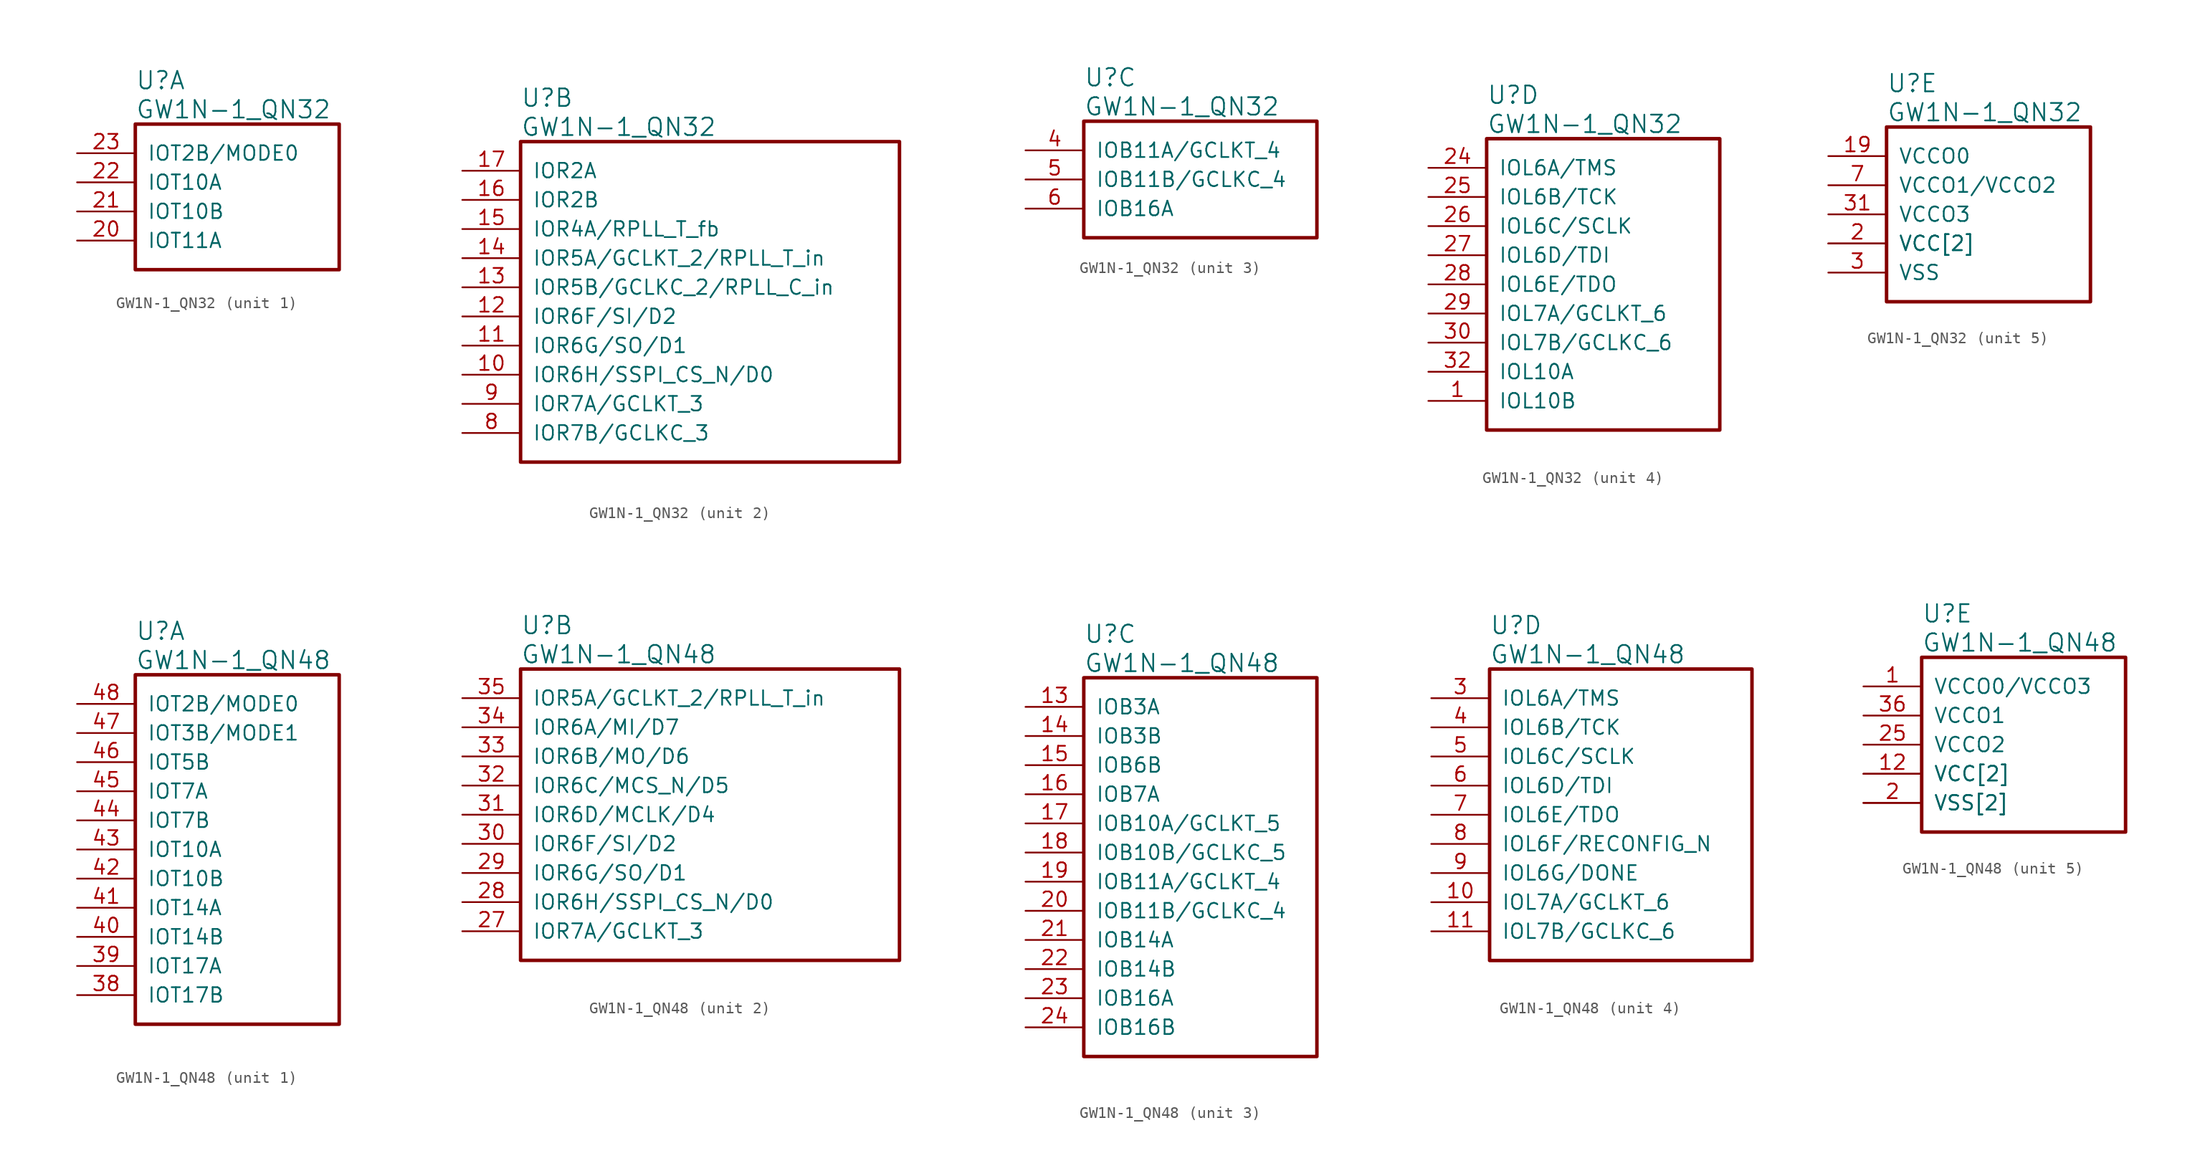
<source format=kicad_sym>
(kicad_symbol_lib
  (version 20211014)
  (generator kicad_symbol_editor)
  (symbol "GW1N-1_QN32"
    (pin_names
      (offset 1.016))
    (property "Reference" "U"
      (at 5.08 6.35 0)
      (effects (font (size 1.524 1.524)) (justify left)))
    (property "Value" "GW1N-1_QN32"
      (at 5.08 3.81 0)
      (effects (font (size 1.524 1.524)) (justify left)))
    (property "ki_locked" ""
      (at 0 0 0)
      (effects (font (size 1.27 1.27))))
    (symbol "GW1N-1_QN32_1_1"
      (rectangle (start 5.08 2.54) (end 22.86 -10.16) (stroke (width 0.305) (type default) (color 0 0 0 0)) (fill (type none)))
      (pin bidirectional line (at 0 -7.62 0) (length 5.08) (name "IOT11A" (effects (font (size 1.27 1.27)))) (number "20" (effects (font (size 1.27 1.27)))))
      (pin bidirectional line (at 0 -5.08 0) (length 5.08) (name "IOT10B" (effects (font (size 1.27 1.27)))) (number "21" (effects (font (size 1.27 1.27)))))
      (pin bidirectional line (at 0 -2.54 0) (length 5.08) (name "IOT10A" (effects (font (size 1.27 1.27)))) (number "22" (effects (font (size 1.27 1.27)))))
      (pin bidirectional line (at 0 0 0) (length 5.08) (name "IOT2B/MODE0" (effects (font (size 1.27 1.27)))) (number "23" (effects (font (size 1.27 1.27))))))
    (symbol "GW1N-1_QN32_2_1"
      (rectangle (start 5.08 2.54) (end 38.1 -25.4) (stroke (width 0.305) (type default) (color 0 0 0 0)) (fill (type none)))
      (pin bidirectional line (at 0 -17.78 0) (length 5.08) (name "IOR6H/SSPI_CS_N/D0" (effects (font (size 1.27 1.27)))) (number "10" (effects (font (size 1.27 1.27)))))
      (pin bidirectional line (at 0 -15.24 0) (length 5.08) (name "IOR6G/SO/D1" (effects (font (size 1.27 1.27)))) (number "11" (effects (font (size 1.27 1.27)))))
      (pin bidirectional line (at 0 -12.7 0) (length 5.08) (name "IOR6F/SI/D2" (effects (font (size 1.27 1.27)))) (number "12" (effects (font (size 1.27 1.27)))))
      (pin bidirectional line (at 0 -10.16 0) (length 5.08) (name "IOR5B/GCLKC_2/RPLL_C_in" (effects (font (size 1.27 1.27)))) (number "13" (effects (font (size 1.27 1.27)))))
      (pin bidirectional line (at 0 -7.62 0) (length 5.08) (name "IOR5A/GCLKT_2/RPLL_T_in" (effects (font (size 1.27 1.27)))) (number "14" (effects (font (size 1.27 1.27)))))
      (pin bidirectional line (at 0 -5.08 0) (length 5.08) (name "IOR4A/RPLL_T_fb" (effects (font (size 1.27 1.27)))) (number "15" (effects (font (size 1.27 1.27)))))
      (pin bidirectional line (at 0 -2.54 0) (length 5.08) (name "IOR2B" (effects (font (size 1.27 1.27)))) (number "16" (effects (font (size 1.27 1.27)))))
      (pin bidirectional line (at 0 0 0) (length 5.08) (name "IOR2A" (effects (font (size 1.27 1.27)))) (number "17" (effects (font (size 1.27 1.27)))))
      (pin bidirectional line (at 0 -22.86 0) (length 5.08) (name "IOR7B/GCLKC_3" (effects (font (size 1.27 1.27)))) (number "8" (effects (font (size 1.27 1.27)))))
      (pin bidirectional line (at 0 -20.32 0) (length 5.08) (name "IOR7A/GCLKT_3" (effects (font (size 1.27 1.27)))) (number "9" (effects (font (size 1.27 1.27))))))
    (symbol "GW1N-1_QN32_3_1"
      (rectangle (start 5.08 2.54) (end 25.4 -7.62) (stroke (width 0.305) (type default) (color 0 0 0 0)) (fill (type none)))
      (pin bidirectional line (at 0 0 0) (length 5.08) (name "IOB11A/GCLKT_4" (effects (font (size 1.27 1.27)))) (number "4" (effects (font (size 1.27 1.27)))))
      (pin bidirectional line (at 0 -2.54 0) (length 5.08) (name "IOB11B/GCLKC_4" (effects (font (size 1.27 1.27)))) (number "5" (effects (font (size 1.27 1.27)))))
      (pin bidirectional line (at 0 -5.08 0) (length 5.08) (name "IOB16A" (effects (font (size 1.27 1.27)))) (number "6" (effects (font (size 1.27 1.27))))))
    (symbol "GW1N-1_QN32_4_1"
      (rectangle (start 5.08 2.54) (end 25.4 -22.86) (stroke (width 0.305) (type default) (color 0 0 0 0)) (fill (type none)))
      (pin bidirectional line (at 0 -20.32 0) (length 5.08) (name "IOL10B" (effects (font (size 1.27 1.27)))) (number "1" (effects (font (size 1.27 1.27)))))
      (pin bidirectional line (at 0 0 0) (length 5.08) (name "IOL6A/TMS" (effects (font (size 1.27 1.27)))) (number "24" (effects (font (size 1.27 1.27)))))
      (pin bidirectional line (at 0 -2.54 0) (length 5.08) (name "IOL6B/TCK" (effects (font (size 1.27 1.27)))) (number "25" (effects (font (size 1.27 1.27)))))
      (pin bidirectional line (at 0 -5.08 0) (length 5.08) (name "IOL6C/SCLK" (effects (font (size 1.27 1.27)))) (number "26" (effects (font (size 1.27 1.27)))))
      (pin bidirectional line (at 0 -7.62 0) (length 5.08) (name "IOL6D/TDI" (effects (font (size 1.27 1.27)))) (number "27" (effects (font (size 1.27 1.27)))))
      (pin bidirectional line (at 0 -10.16 0) (length 5.08) (name "IOL6E/TDO" (effects (font (size 1.27 1.27)))) (number "28" (effects (font (size 1.27 1.27)))))
      (pin bidirectional line (at 0 -12.7 0) (length 5.08) (name "IOL7A/GCLKT_6" (effects (font (size 1.27 1.27)))) (number "29" (effects (font (size 1.27 1.27)))))
      (pin bidirectional line (at 0 -15.24 0) (length 5.08) (name "IOL7B/GCLKC_6" (effects (font (size 1.27 1.27)))) (number "30" (effects (font (size 1.27 1.27)))))
      (pin bidirectional line (at 0 -17.78 0) (length 5.08) (name "IOL10A" (effects (font (size 1.27 1.27)))) (number "32" (effects (font (size 1.27 1.27))))))
    (symbol "GW1N-1_QN32_5_1"
      (rectangle (start 5.08 2.54) (end 22.86 -12.7) (stroke (width 0.305) (type default) (color 0 0 0 0)) (fill (type none)))
      (pin power_in line (at 0 -7.62 0) (length 5.08) (name "VCC[2]" (effects (font (size 1.27 1.27)))) (number "18" (effects (font (size 0 0)))))
      (pin power_in line (at 0 0 0) (length 5.08) (name "VCCO0" (effects (font (size 1.27 1.27)))) (number "19" (effects (font (size 1.27 1.27)))))
      (pin power_in line (at 0 -7.62 0) (length 5.08) (name "VCC[2]" (effects (font (size 1.27 1.27)))) (number "2" (effects (font (size 1.27 1.27)))))
      (pin power_in line (at 0 -10.16 0) (length 5.08) (name "VSS" (effects (font (size 1.27 1.27)))) (number "3" (effects (font (size 1.27 1.27)))))
      (pin power_in line (at 0 -5.08 0) (length 5.08) (name "VCCO3" (effects (font (size 1.27 1.27)))) (number "31" (effects (font (size 1.27 1.27)))))
      (pin power_in line (at 0 -2.54 0) (length 5.08) (name "VCCO1/VCCO2" (effects (font (size 1.27 1.27)))) (number "7" (effects (font (size 1.27 1.27)))))))
  (symbol "GW1N-1_QN48"
    (pin_names
      (offset 1.016))
    (property "Reference" "U"
      (at 5.08 6.35 0)
      (effects (font (size 1.524 1.524)) (justify left)))
    (property "Value" "GW1N-1_QN48"
      (at 5.08 3.81 0)
      (effects (font (size 1.524 1.524)) (justify left)))
    (property "ki_locked" ""
      (at 0 0 0)
      (effects (font (size 1.27 1.27))))
    (symbol "GW1N-1_QN48_1_1"
      (rectangle (start 5.08 2.54) (end 22.86 -27.94) (stroke (width 0.305) (type default) (color 0 0 0 0)) (fill (type none)))
      (pin bidirectional line (at 0 -25.4 0) (length 5.08) (name "IOT17B" (effects (font (size 1.27 1.27)))) (number "38" (effects (font (size 1.27 1.27)))))
      (pin bidirectional line (at 0 -22.86 0) (length 5.08) (name "IOT17A" (effects (font (size 1.27 1.27)))) (number "39" (effects (font (size 1.27 1.27)))))
      (pin bidirectional line (at 0 -20.32 0) (length 5.08) (name "IOT14B" (effects (font (size 1.27 1.27)))) (number "40" (effects (font (size 1.27 1.27)))))
      (pin bidirectional line (at 0 -17.78 0) (length 5.08) (name "IOT14A" (effects (font (size 1.27 1.27)))) (number "41" (effects (font (size 1.27 1.27)))))
      (pin bidirectional line (at 0 -15.24 0) (length 5.08) (name "IOT10B" (effects (font (size 1.27 1.27)))) (number "42" (effects (font (size 1.27 1.27)))))
      (pin bidirectional line (at 0 -12.7 0) (length 5.08) (name "IOT10A" (effects (font (size 1.27 1.27)))) (number "43" (effects (font (size 1.27 1.27)))))
      (pin bidirectional line (at 0 -10.16 0) (length 5.08) (name "IOT7B" (effects (font (size 1.27 1.27)))) (number "44" (effects (font (size 1.27 1.27)))))
      (pin bidirectional line (at 0 -7.62 0) (length 5.08) (name "IOT7A" (effects (font (size 1.27 1.27)))) (number "45" (effects (font (size 1.27 1.27)))))
      (pin bidirectional line (at 0 -5.08 0) (length 5.08) (name "IOT5B" (effects (font (size 1.27 1.27)))) (number "46" (effects (font (size 1.27 1.27)))))
      (pin bidirectional line (at 0 -2.54 0) (length 5.08) (name "IOT3B/MODE1" (effects (font (size 1.27 1.27)))) (number "47" (effects (font (size 1.27 1.27)))))
      (pin bidirectional line (at 0 0 0) (length 5.08) (name "IOT2B/MODE0" (effects (font (size 1.27 1.27)))) (number "48" (effects (font (size 1.27 1.27))))))
    (symbol "GW1N-1_QN48_2_1"
      (rectangle (start 5.08 2.54) (end 38.1 -22.86) (stroke (width 0.305) (type default) (color 0 0 0 0)) (fill (type none)))
      (pin bidirectional line (at 0 -20.32 0) (length 5.08) (name "IOR7A/GCLKT_3" (effects (font (size 1.27 1.27)))) (number "27" (effects (font (size 1.27 1.27)))))
      (pin bidirectional line (at 0 -17.78 0) (length 5.08) (name "IOR6H/SSPI_CS_N/D0" (effects (font (size 1.27 1.27)))) (number "28" (effects (font (size 1.27 1.27)))))
      (pin bidirectional line (at 0 -15.24 0) (length 5.08) (name "IOR6G/SO/D1" (effects (font (size 1.27 1.27)))) (number "29" (effects (font (size 1.27 1.27)))))
      (pin bidirectional line (at 0 -12.7 0) (length 5.08) (name "IOR6F/SI/D2" (effects (font (size 1.27 1.27)))) (number "30" (effects (font (size 1.27 1.27)))))
      (pin bidirectional line (at 0 -10.16 0) (length 5.08) (name "IOR6D/MCLK/D4" (effects (font (size 1.27 1.27)))) (number "31" (effects (font (size 1.27 1.27)))))
      (pin bidirectional line (at 0 -7.62 0) (length 5.08) (name "IOR6C/MCS_N/D5" (effects (font (size 1.27 1.27)))) (number "32" (effects (font (size 1.27 1.27)))))
      (pin bidirectional line (at 0 -5.08 0) (length 5.08) (name "IOR6B/MO/D6" (effects (font (size 1.27 1.27)))) (number "33" (effects (font (size 1.27 1.27)))))
      (pin bidirectional line (at 0 -2.54 0) (length 5.08) (name "IOR6A/MI/D7" (effects (font (size 1.27 1.27)))) (number "34" (effects (font (size 1.27 1.27)))))
      (pin bidirectional line (at 0 0 0) (length 5.08) (name "IOR5A/GCLKT_2/RPLL_T_in" (effects (font (size 1.27 1.27)))) (number "35" (effects (font (size 1.27 1.27))))))
    (symbol "GW1N-1_QN48_3_1"
      (rectangle (start 5.08 2.54) (end 25.4 -30.48) (stroke (width 0.305) (type default) (color 0 0 0 0)) (fill (type none)))
      (pin bidirectional line (at 0 0 0) (length 5.08) (name "IOB3A" (effects (font (size 1.27 1.27)))) (number "13" (effects (font (size 1.27 1.27)))))
      (pin bidirectional line (at 0 -2.54 0) (length 5.08) (name "IOB3B" (effects (font (size 1.27 1.27)))) (number "14" (effects (font (size 1.27 1.27)))))
      (pin bidirectional line (at 0 -5.08 0) (length 5.08) (name "IOB6B" (effects (font (size 1.27 1.27)))) (number "15" (effects (font (size 1.27 1.27)))))
      (pin bidirectional line (at 0 -7.62 0) (length 5.08) (name "IOB7A" (effects (font (size 1.27 1.27)))) (number "16" (effects (font (size 1.27 1.27)))))
      (pin bidirectional line (at 0 -10.16 0) (length 5.08) (name "IOB10A/GCLKT_5" (effects (font (size 1.27 1.27)))) (number "17" (effects (font (size 1.27 1.27)))))
      (pin bidirectional line (at 0 -12.7 0) (length 5.08) (name "IOB10B/GCLKC_5" (effects (font (size 1.27 1.27)))) (number "18" (effects (font (size 1.27 1.27)))))
      (pin bidirectional line (at 0 -15.24 0) (length 5.08) (name "IOB11A/GCLKT_4" (effects (font (size 1.27 1.27)))) (number "19" (effects (font (size 1.27 1.27)))))
      (pin bidirectional line (at 0 -17.78 0) (length 5.08) (name "IOB11B/GCLKC_4" (effects (font (size 1.27 1.27)))) (number "20" (effects (font (size 1.27 1.27)))))
      (pin bidirectional line (at 0 -20.32 0) (length 5.08) (name "IOB14A" (effects (font (size 1.27 1.27)))) (number "21" (effects (font (size 1.27 1.27)))))
      (pin bidirectional line (at 0 -22.86 0) (length 5.08) (name "IOB14B" (effects (font (size 1.27 1.27)))) (number "22" (effects (font (size 1.27 1.27)))))
      (pin bidirectional line (at 0 -25.4 0) (length 5.08) (name "IOB16A" (effects (font (size 1.27 1.27)))) (number "23" (effects (font (size 1.27 1.27)))))
      (pin bidirectional line (at 0 -27.94 0) (length 5.08) (name "IOB16B" (effects (font (size 1.27 1.27)))) (number "24" (effects (font (size 1.27 1.27))))))
    (symbol "GW1N-1_QN48_4_1"
      (rectangle (start 5.08 2.54) (end 27.94 -22.86) (stroke (width 0.305) (type default) (color 0 0 0 0)) (fill (type none)))
      (pin bidirectional line (at 0 -17.78 0) (length 5.08) (name "IOL7A/GCLKT_6" (effects (font (size 1.27 1.27)))) (number "10" (effects (font (size 1.27 1.27)))))
      (pin bidirectional line (at 0 -20.32 0) (length 5.08) (name "IOL7B/GCLKC_6" (effects (font (size 1.27 1.27)))) (number "11" (effects (font (size 1.27 1.27)))))
      (pin bidirectional line (at 0 0 0) (length 5.08) (name "IOL6A/TMS" (effects (font (size 1.27 1.27)))) (number "3" (effects (font (size 1.27 1.27)))))
      (pin bidirectional line (at 0 -2.54 0) (length 5.08) (name "IOL6B/TCK" (effects (font (size 1.27 1.27)))) (number "4" (effects (font (size 1.27 1.27)))))
      (pin bidirectional line (at 0 -5.08 0) (length 5.08) (name "IOL6C/SCLK" (effects (font (size 1.27 1.27)))) (number "5" (effects (font (size 1.27 1.27)))))
      (pin bidirectional line (at 0 -7.62 0) (length 5.08) (name "IOL6D/TDI" (effects (font (size 1.27 1.27)))) (number "6" (effects (font (size 1.27 1.27)))))
      (pin bidirectional line (at 0 -10.16 0) (length 5.08) (name "IOL6E/TDO" (effects (font (size 1.27 1.27)))) (number "7" (effects (font (size 1.27 1.27)))))
      (pin bidirectional line (at 0 -12.7 0) (length 5.08) (name "IOL6F/RECONFIG_N" (effects (font (size 1.27 1.27)))) (number "8" (effects (font (size 1.27 1.27)))))
      (pin bidirectional line (at 0 -15.24 0) (length 5.08) (name "IOL6G/DONE" (effects (font (size 1.27 1.27)))) (number "9" (effects (font (size 1.27 1.27))))))
    (symbol "GW1N-1_QN48_5_1"
      (rectangle (start 5.08 2.54) (end 22.86 -12.7) (stroke (width 0.305) (type default) (color 0 0 0 0)) (fill (type none)))
      (pin power_in line (at 0 0 0) (length 5.08) (name "VCCO0/VCCO3" (effects (font (size 1.27 1.27)))) (number "1" (effects (font (size 1.27 1.27)))))
      (pin power_in line (at 0 -7.62 0) (length 5.08) (name "VCC[2]" (effects (font (size 1.27 1.27)))) (number "12" (effects (font (size 1.27 1.27)))))
      (pin power_in line (at 0 -10.16 0) (length 5.08) (name "VSS[2]" (effects (font (size 1.27 1.27)))) (number "2" (effects (font (size 1.27 1.27)))))
      (pin power_in line (at 0 -5.08 0) (length 5.08) (name "VCCO2" (effects (font (size 1.27 1.27)))) (number "25" (effects (font (size 1.27 1.27)))))
      (pin power_in line (at 0 -10.16 0) (length 5.08) (name "VSS[2]" (effects (font (size 1.27 1.27)))) (number "26" (effects (font (size 0 0)))))
      (pin power_in line (at 0 -2.54 0) (length 5.08) (name "VCCO1" (effects (font (size 1.27 1.27)))) (number "36" (effects (font (size 1.27 1.27)))))
      (pin power_in line (at 0 -7.62 0) (length 5.08) (name "VCC[2]" (effects (font (size 1.27 1.27)))) (number "37" (effects (font (size 0 0))))))))
</source>
